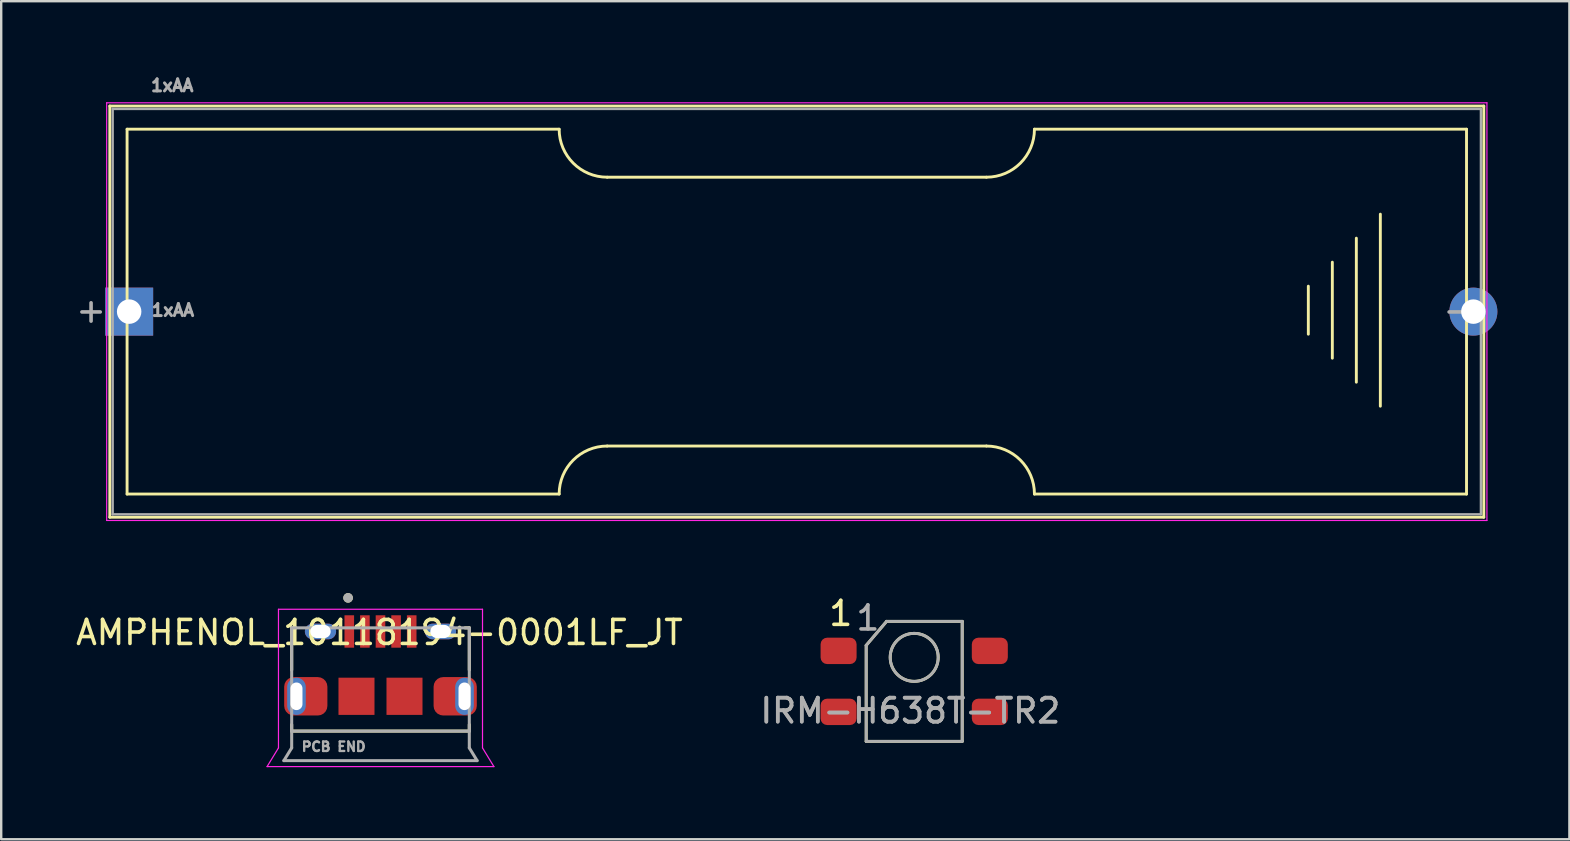
<source format=kicad_pcb>
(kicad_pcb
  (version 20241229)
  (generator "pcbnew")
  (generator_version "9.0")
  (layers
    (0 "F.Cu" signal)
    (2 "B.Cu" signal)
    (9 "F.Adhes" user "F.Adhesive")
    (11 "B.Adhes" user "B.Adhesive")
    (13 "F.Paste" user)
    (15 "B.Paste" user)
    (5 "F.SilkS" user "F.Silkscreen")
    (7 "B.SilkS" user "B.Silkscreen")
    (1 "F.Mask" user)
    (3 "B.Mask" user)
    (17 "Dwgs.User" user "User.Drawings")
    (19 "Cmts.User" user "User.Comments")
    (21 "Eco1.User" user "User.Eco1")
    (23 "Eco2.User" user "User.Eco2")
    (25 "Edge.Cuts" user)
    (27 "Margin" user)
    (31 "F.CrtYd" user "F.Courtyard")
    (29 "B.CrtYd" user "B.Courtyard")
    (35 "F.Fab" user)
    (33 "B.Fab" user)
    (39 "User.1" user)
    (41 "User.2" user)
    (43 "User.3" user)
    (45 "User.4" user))
  (footprint "IRM-H638T-TR2"
    (layer "F.Cu")
    (at 35.035 25.335)
    (property "Reference" "IRM-H638T-TR2" (at -0.16 1.22 0) (unlocked yes) (layer "F.Fab") (effects (font (size 1 1) (thickness 0.15))))
    (attr smd)
    (fp_line (start -2 2.5) (end -2 -1.5) (stroke (width 0.12) (type solid)) (layer "F.SilkS"))
    (fp_line (start -1.15 -2.5) (end -2 -1.5) (stroke (width 0.12) (type solid)) (layer "F.SilkS"))
    (fp_line (start -1.15 -2.5) (end 2 -2.5) (stroke (width 0.12) (type solid)) (layer "F.SilkS"))
    (fp_line (start 2 -2.5) (end 2 2.5) (stroke (width 0.12) (type solid)) (layer "F.SilkS"))
    (fp_line (start 2 2.5) (end -2 2.5) (stroke (width 0.12) (type solid)) (layer "F.SilkS"))
    (fp_circle (center 0 -1) (end 1 -1) (stroke (width 0.12) (type solid)) (fill no) (layer "F.SilkS"))
    (fp_line (start -2 2.5) (end -2 -1.5) (stroke (width 0.12) (type solid)) (layer "F.Fab"))
    (fp_line (start -1.15 -2.5) (end -2 -1.5) (stroke (width 0.12) (type solid)) (layer "F.Fab"))
    (fp_line (start -1.15 -2.5) (end 2 -2.5) (stroke (width 0.12) (type solid)) (layer "F.Fab"))
    (fp_line (start 2 -2.5) (end 2 2.5) (stroke (width 0.12) (type solid)) (layer "F.Fab"))
    (fp_line (start 2 2.5) (end -2 2.5) (stroke (width 0.12) (type solid)) (layer "F.Fab"))
    (fp_circle (center 0 -1) (end 1 -1) (stroke (width 0.12) (type solid)) (fill no) (layer "F.Fab"))
    (fp_text user "1" (at -3.06 -2.83 0) (unlocked yes) (layer "F.SilkS") (effects (font (size 1 1) (thickness 0.15))))
    (fp_text user "1" (at -1.93 -2.64 0) (unlocked yes) (layer "F.Fab") (effects (font (size 1 1) (thickness 0.15))))
    (fp_text user "${REFERENCE}" (at -0.16 1.23 0) (unlocked yes) (layer "F.Fab") (effects (font (size 1 1) (thickness 0.15))))
    (pad "1" smd roundrect (at -3.15 -1.27) (size 1.5 1.1) (layers "F.Cu" "F.Mask" "F.Paste") (roundrect_rratio 0.25))
    (pad "2" smd roundrect (at -3.15 1.27) (size 1.5 1.1) (layers "F.Cu" "F.Mask" "F.Paste") (roundrect_rratio 0.25))
    (pad "3" smd roundrect (at 3.15 1.27) (size 1.5 1.1) (layers "F.Cu" "F.Mask" "F.Paste") (roundrect_rratio 0.25))
    (pad "4" smd roundrect (at 3.15 -1.27) (size 1.5 1.1) (layers "F.Cu" "F.Mask" "F.Paste") (roundrect_rratio 0.25)))
  (footprint "1xAA"
    (layer "F.Cu")
    (at 2.33 9.932)
    (property "Reference" "1xAA" (at 1.794 -9.42 0) (layer "F.Fab") (effects (font (size 0.5 0.5) (thickness 0.15))))
    (attr through_hole)
    (fp_line (start -0.806 -8.565) (end 56.434 -8.565) (stroke (width 0.12) (type solid)) (layer "F.SilkS"))
    (fp_line (start -0.806 8.565) (end -0.806 -8.565) (stroke (width 0.12) (type solid)) (layer "F.SilkS"))
    (fp_line (start -0.086 -7.6) (end -0.086 7.6) (stroke (width 0.12) (type solid)) (layer "F.SilkS"))
    (fp_line (start -0.086 -7.6) (end 17.914 -7.6) (stroke (width 0.12) (type solid)) (layer "F.SilkS"))
    (fp_line (start -0.086 7.6) (end 17.914 7.6) (stroke (width 0.12) (type solid)) (layer "F.SilkS"))
    (fp_line (start 19.914 -5.6) (end 35.714 -5.6) (stroke (width 0.12) (type solid)) (layer "F.SilkS"))
    (fp_line (start 35.714 5.6) (end 19.914 5.6) (stroke (width 0.12) (type solid)) (layer "F.SilkS"))
    (fp_line (start 37.714 -7.6) (end 55.714 -7.6) (stroke (width 0.12) (type solid)) (layer "F.SilkS"))
    (fp_line (start 37.714 7.6) (end 55.714 7.6) (stroke (width 0.12) (type solid)) (layer "F.SilkS"))
    (fp_line (start 49.124 -1.06) (end 49.124 0.94) (stroke (width 0.12) (type solid)) (layer "F.SilkS"))
    (fp_line (start 50.124 -2.06) (end 50.124 1.94) (stroke (width 0.12) (type solid)) (layer "F.SilkS"))
    (fp_line (start 51.124 2.94) (end 51.124 -3.06) (stroke (width 0.12) (type solid)) (layer "F.SilkS"))
    (fp_line (start 52.124 -4.06) (end 52.124 3.94) (stroke (width 0.12) (type solid)) (layer "F.SilkS"))
    (fp_line (start 55.714 -7.6) (end 55.714 7.6) (stroke (width 0.12) (type solid)) (layer "F.SilkS"))
    (fp_line (start 56.434 -8.565) (end 56.434 8.565) (stroke (width 0.12) (type solid)) (layer "F.SilkS"))
    (fp_line (start 56.434 8.565) (end -0.806 8.565) (stroke (width 0.12) (type solid)) (layer "F.SilkS"))
    (fp_arc (start 17.914214 7.6) (mid 18.500001 6.185791) (end 19.914214 5.6) (stroke (width 0.12) (type solid)) (layer "F.SilkS"))
    (fp_arc (start 19.914214 -5.6) (mid 18.499991 -6.185781) (end 17.914214 -7.6) (stroke (width 0.12) (type solid)) (layer "F.SilkS"))
    (fp_arc (start 35.714214 5.6) (mid 37.128419 6.185791) (end 37.714214 7.6) (stroke (width 0.12) (type solid)) (layer "F.SilkS"))
    (fp_arc (start 37.714214 -7.6) (mid 37.128428 -6.185781) (end 35.714214 -5.6) (stroke (width 0.12) (type solid)) (layer "F.SilkS"))
    (fp_line (start -0.936 -8.7) (end 56.564 -8.7) (stroke (width 0.05) (type solid)) (layer "F.CrtYd"))
    (fp_line (start -0.936 8.7) (end -0.936 -8.7) (stroke (width 0.05) (type solid)) (layer "F.CrtYd"))
    (fp_line (start 56.564 -8.7) (end 56.564 8.7) (stroke (width 0.05) (type solid)) (layer "F.CrtYd"))
    (fp_line (start 56.564 8.7) (end -0.936 8.7) (stroke (width 0.05) (type solid)) (layer "F.CrtYd"))
    (fp_line (start -0.686 -8.445) (end -0.686 8.445) (stroke (width 0.1) (type solid)) (layer "F.Fab"))
    (fp_line (start -0.686 8.445) (end 56.314 8.445) (stroke (width 0.1) (type solid)) (layer "F.Fab"))
    (fp_line (start 56.314 -8.445) (end -0.686 -8.445) (stroke (width 0.1) (type solid)) (layer "F.Fab"))
    (fp_line (start 56.314 8.445) (end 56.314 -8.445) (stroke (width 0.1) (type solid)) (layer "F.Fab"))
    (fp_text user "-" (at 55.37 -0.06 0) (layer "F.Fab") (effects (font (size 1 1) (thickness 0.15))))
    (fp_text user "+" (at -1.586 -0.06 0) (layer "F.Fab") (effects (font (size 1 1) (thickness 0.15))))
    (fp_text user "${REFERENCE}" (at 1.824 -0.06 0) (layer "F.Fab") (effects (font (size 0.5 0.5) (thickness 0.15))))
    (pad "1" thru_hole rect (at 0 0) (size 2 2) (drill 1.02) (layers "*.Cu" "*.Mask"))
    (pad "2" thru_hole circle (at 56 0) (size 2 2) (drill 1.02) (layers "*.Cu" "*.Mask")))
  (footprint "AMPHENOL_10118194-0001LF_JT"
    (layer "F.Cu")
    (at 12.801 25.957)
    (property "Reference" "AMPHENOL_10118194-0001LF_JT" (at -0.045 -2.658 0) (layer "F.SilkS") (effects (font (size 1.001 1.001) (thickness 0.15))))
    (attr through_hole)
    (fp_line (start -3.7 -2.85) (end -3.7 -1.095) (stroke (width 0.127) (type solid)) (layer "F.SilkS"))
    (fp_line (start -3.7 -2.85) (end -3.52 -2.85) (stroke (width 0.127) (type solid)) (layer "F.SilkS"))
    (fp_line (start -3.7 1.45) (end -3.7 1.18) (stroke (width 0.127) (type solid)) (layer "F.SilkS"))
    (fp_line (start -3.7 1.45) (end 3.7 1.45) (stroke (width 0.127) (type solid)) (layer "F.SilkS"))
    (fp_line (start 3.7 -2.85) (end 3.52 -2.85) (stroke (width 0.127) (type solid)) (layer "F.SilkS"))
    (fp_line (start 3.7 -2.85) (end 3.7 -1.095) (stroke (width 0.127) (type solid)) (layer "F.SilkS"))
    (fp_line (start 3.7 1.18) (end 3.7 1.45) (stroke (width 0.127) (type solid)) (layer "F.SilkS"))
    (fp_circle (center -1.35 -4.1) (end -1.25 -4.1) (stroke (width 0.2) (type solid)) (fill no) (layer "F.SilkS"))
    (fp_line (start -3.5 -0.77) (end -3.5 -0.6) (stroke (width 0.0001) (type solid)) (layer "F.Paste"))
    (fp_line (start 3.5 0.77) (end 3.5 0.6) (stroke (width 0.0001) (type solid)) (layer "F.Paste"))
    (fp_poly (pts (xy -3.5 -0.775) (xy -3.5 -0.575) (xy -3.513 -0.575) (xy -3.526 -0.574) (xy -3.539 -0.572) (xy -3.552 -0.57) (xy -3.565 -0.566) (xy -3.577 -0.563) (xy -3.59 -0.558) (xy -3.602 -0.553) (xy -3.613 -0.548) (xy -3.625 -0.542) (xy -3.636 -0.535) (xy -3.647 -0.527) (xy -3.657 -0.519) (xy -3.667 -0.511) (xy -3.677 -0.502) (xy -3.686 -0.492) (xy -3.694 -0.482) (xy -3.702 -0.472) (xy -3.71 -0.461) (xy -3.717 -0.45) (xy -3.723 -0.438) (xy -3.728 -0.427) (xy -3.733 -0.415) (xy -3.738 -0.402) (xy -3.741 -0.39) (xy -3.745 -0.377) (xy -3.747 -0.364) (xy -3.749 -0.351) (xy -3.75 -0.338) (xy -3.75 -0.325) (xy -3.75 0.325) (xy -3.75 0.338) (xy -3.749 0.351) (xy -3.747 0.364) (xy -3.745 0.377) (xy -3.741 0.39) (xy -3.738 0.402) (xy -3.733 0.415) (xy -3.728 0.427) (xy -3.723 0.438) (xy -3.717 0.45) (xy -3.71 0.461) (xy -3.702 0.472) (xy -3.694 0.482) (xy -3.686 0.492) (xy -3.677 0.502) (xy -3.667 0.511) (xy -3.657 0.519) (xy -3.647 0.527) (xy -3.636 0.535) (xy -3.625 0.542) (xy -3.613 0.548) (xy -3.602 0.553) (xy -3.59 0.558) (xy -3.577 0.563) (xy -3.565 0.566) (xy -3.552 0.57) (xy -3.539 0.572) (xy -3.526 0.574) (xy -3.513 0.575) (xy -3.5 0.575) (xy -3.5 0.775) (xy -3.526 0.774) (xy -3.552 0.772) (xy -3.578 0.769) (xy -3.604 0.764) (xy -3.629 0.758) (xy -3.655 0.751) (xy -3.679 0.742) (xy -3.703 0.732) (xy -3.727 0.721) (xy -3.75 0.708) (xy -3.772 0.694) (xy -3.794 0.68) (xy -3.815 0.664) (xy -3.835 0.647) (xy -3.854 0.629) (xy -3.872 0.61) (xy -3.889 0.59) (xy -3.905 0.569) (xy -3.919 0.547) (xy -3.933 0.525) (xy -3.946 0.502) (xy -3.957 0.478) (xy -3.967 0.454) (xy -3.976 0.43) (xy -3.983 0.404) (xy -3.989 0.379) (xy -3.994 0.353) (xy -3.997 0.327) (xy -3.999 0.301) (xy -4 0.275) (xy -4 -0.275) (xy -3.999 -0.301) (xy -3.997 -0.327) (xy -3.994 -0.353) (xy -3.989 -0.379) (xy -3.983 -0.404) (xy -3.976 -0.43) (xy -3.967 -0.454) (xy -3.957 -0.478) (xy -3.946 -0.502) (xy -3.933 -0.525) (xy -3.919 -0.547) (xy -3.905 -0.569) (xy -3.889 -0.59) (xy -3.872 -0.61) (xy -3.854 -0.629) (xy -3.835 -0.647) (xy -3.815 -0.664) (xy -3.794 -0.68) (xy -3.772 -0.694) (xy -3.75 -0.708) (xy -3.727 -0.721) (xy -3.703 -0.732) (xy -3.679 -0.742) (xy -3.655 -0.751) (xy -3.629 -0.758) (xy -3.604 -0.764) (xy -3.578 -0.769) (xy -3.552 -0.772) (xy -3.526 -0.774) (xy -3.5 -0.775)) (stroke (width 0.0001) (type solid)) (fill yes) (layer "F.Paste"))
    (fp_poly (pts (xy 3.5 0.775) (xy 3.5 0.575) (xy 3.513 0.575) (xy 3.526 0.574) (xy 3.539 0.572) (xy 3.552 0.57) (xy 3.565 0.566) (xy 3.577 0.563) (xy 3.59 0.558) (xy 3.602 0.553) (xy 3.613 0.548) (xy 3.625 0.542) (xy 3.636 0.535) (xy 3.647 0.527) (xy 3.657 0.519) (xy 3.667 0.511) (xy 3.677 0.502) (xy 3.686 0.492) (xy 3.694 0.482) (xy 3.702 0.472) (xy 3.71 0.461) (xy 3.717 0.45) (xy 3.723 0.438) (xy 3.728 0.427) (xy 3.733 0.415) (xy 3.738 0.402) (xy 3.741 0.39) (xy 3.745 0.377) (xy 3.747 0.364) (xy 3.749 0.351) (xy 3.75 0.338) (xy 3.75 0.325) (xy 3.75 -0.325) (xy 3.75 -0.338) (xy 3.749 -0.351) (xy 3.747 -0.364) (xy 3.745 -0.377) (xy 3.741 -0.39) (xy 3.738 -0.402) (xy 3.733 -0.415) (xy 3.728 -0.427) (xy 3.723 -0.438) (xy 3.717 -0.45) (xy 3.71 -0.461) (xy 3.702 -0.472) (xy 3.694 -0.482) (xy 3.686 -0.492) (xy 3.677 -0.502) (xy 3.667 -0.511) (xy 3.657 -0.519) (xy 3.647 -0.527) (xy 3.636 -0.535) (xy 3.625 -0.542) (xy 3.613 -0.548) (xy 3.602 -0.553) (xy 3.59 -0.558) (xy 3.577 -0.563) (xy 3.565 -0.566) (xy 3.552 -0.57) (xy 3.539 -0.572) (xy 3.526 -0.574) (xy 3.513 -0.575) (xy 3.5 -0.575) (xy 3.5 -0.775) (xy 3.526 -0.774) (xy 3.552 -0.772) (xy 3.578 -0.769) (xy 3.604 -0.764) (xy 3.629 -0.758) (xy 3.655 -0.751) (xy 3.679 -0.742) (xy 3.703 -0.732) (xy 3.727 -0.721) (xy 3.75 -0.708) (xy 3.772 -0.694) (xy 3.794 -0.68) (xy 3.815 -0.664) (xy 3.835 -0.647) (xy 3.854 -0.629) (xy 3.872 -0.61) (xy 3.889 -0.59) (xy 3.905 -0.569) (xy 3.919 -0.547) (xy 3.933 -0.525) (xy 3.946 -0.502) (xy 3.957 -0.478) (xy 3.967 -0.454) (xy 3.976 -0.43) (xy 3.983 -0.404) (xy 3.989 -0.379) (xy 3.994 -0.353) (xy 3.997 -0.327) (xy 3.999 -0.301) (xy 4 -0.275) (xy 4 0.275) (xy 3.999 0.301) (xy 3.997 0.327) (xy 3.994 0.353) (xy 3.989 0.379) (xy 3.983 0.404) (xy 3.976 0.43) (xy 3.967 0.454) (xy 3.957 0.478) (xy 3.946 0.502) (xy 3.933 0.525) (xy 3.919 0.547) (xy 3.905 0.569) (xy 3.889 0.59) (xy 3.872 0.61) (xy 3.854 0.629) (xy 3.835 0.647) (xy 3.815 0.664) (xy 3.794 0.68) (xy 3.772 0.694) (xy 3.75 0.708) (xy 3.727 0.721) (xy 3.703 0.732) (xy 3.679 0.742) (xy 3.655 0.751) (xy 3.629 0.758) (xy 3.604 0.764) (xy 3.578 0.769) (xy 3.552 0.772) (xy 3.526 0.774) (xy 3.5 0.775)) (stroke (width 0.0001) (type solid)) (fill yes) (layer "F.Paste"))
    (fp_line (start -4.725 2.93) (end -4.25 2.15) (stroke (width 0.05) (type solid)) (layer "F.CrtYd"))
    (fp_line (start -4.25 -3.625) (end 4.25 -3.625) (stroke (width 0.05) (type solid)) (layer "F.CrtYd"))
    (fp_line (start -4.25 2.15) (end -4.25 -3.625) (stroke (width 0.05) (type solid)) (layer "F.CrtYd"))
    (fp_line (start 4.25 2.15) (end 4.25 -3.625) (stroke (width 0.05) (type solid)) (layer "F.CrtYd"))
    (fp_line (start 4.725 2.93) (end -4.725 2.93) (stroke (width 0.05) (type solid)) (layer "F.CrtYd"))
    (fp_line (start 4.725 2.93) (end 4.25 2.15) (stroke (width 0.05) (type solid)) (layer "F.CrtYd"))
    (fp_line (start -4.025 2.68) (end 4.025 2.68) (stroke (width 0.127) (type solid)) (layer "F.Fab"))
    (fp_line (start -3.7 -2.85) (end -3.7 1.45) (stroke (width 0.127) (type solid)) (layer "F.Fab"))
    (fp_line (start -3.7 -2.85) (end 3.7 -2.85) (stroke (width 0.127) (type solid)) (layer "F.Fab"))
    (fp_line (start -3.7 1.45) (end -3.7 2.15) (stroke (width 0.127) (type solid)) (layer "F.Fab"))
    (fp_line (start -3.7 1.45) (end 3.7 1.45) (stroke (width 0.127) (type solid)) (layer "F.Fab"))
    (fp_line (start -3.7 2.15) (end -4.025 2.68) (stroke (width 0.127) (type solid)) (layer "F.Fab"))
    (fp_line (start 3.7 1.45) (end 3.7 -2.85) (stroke (width 0.127) (type solid)) (layer "F.Fab"))
    (fp_line (start 3.7 2.15) (end 3.7 1.45) (stroke (width 0.127) (type solid)) (layer "F.Fab"))
    (fp_line (start 4.025 2.68) (end 3.7 2.15) (stroke (width 0.127) (type solid)) (layer "F.Fab"))
    (fp_circle (center -1.35 -4.1) (end -1.25 -4.1) (stroke (width 0.2) (type solid)) (fill no) (layer "F.Fab"))
    (fp_text user "PCB END" (at -1.95 2.1 0) (layer "F.Fab") (effects (font (size 0.394 0.394) (thickness 0.15))))
    (pad "1" smd rect (at -1.3 -2.7 180) (size 0.4 1.35) (layers "F.Cu" "F.Mask" "F.Paste"))
    (pad "2" smd rect (at -0.65 -2.7 180) (size 0.4 1.35) (layers "F.Cu" "F.Mask" "F.Paste"))
    (pad "3" smd rect (at 0 -2.7 180) (size 0.4 1.35) (layers "F.Cu" "F.Mask" "F.Paste"))
    (pad "4" smd rect (at 0.65 -2.7 180) (size 0.4 1.35) (layers "F.Cu" "F.Mask" "F.Paste"))
    (pad "5" smd rect (at 1.3 -2.7 180) (size 0.4 1.35) (layers "F.Cu" "F.Mask" "F.Paste"))
    (pad "S1" thru_hole oval (at -2.5 -2.7 180) (size 1.3 0.65) (drill oval 0.85 0.55) (layers "*.Cu" "*.Mask"))
    (pad "S2" thru_hole oval (at 2.5 -2.7 180) (size 1.3 0.65) (drill oval 0.85 0.55) (layers "*.Cu" "*.Mask"))
    (pad "S3" thru_hole oval (at -3.5 0 180) (size 0.775 1.55) (drill oval 0.5 1.15) (layers "*.Cu" "*.Mask"))
    (pad "S3" smd roundrect (at -3.112 0 270) (size 1.6 1.8) (layers "F.Cu" "F.Mask" "F.Paste") (roundrect_rratio 0.25))
    (pad "S4" smd rect (at -1 0 180) (size 1.5 1.55) (layers "F.Cu" "F.Mask" "F.Paste"))
    (pad "S5" smd rect (at 1 0 180) (size 1.5 1.55) (layers "F.Cu" "F.Mask" "F.Paste"))
    (pad "S6" smd roundrect (at 3.112 0 270) (size 1.6 1.8) (layers "F.Cu" "F.Mask" "F.Paste") (roundrect_rratio 0.25))
    (pad "S6" thru_hole oval (at 3.5 0 180) (size 0.775 1.55) (drill oval 0.5 1.15) (layers "*.Cu" "*.Mask")))
  (gr_rect
    (start -3 -3)
    (end 62.33 31.912)
    (stroke (width 0.1) (type default))
    (fill no)
    (layer "Edge.Cuts")))
</source>
